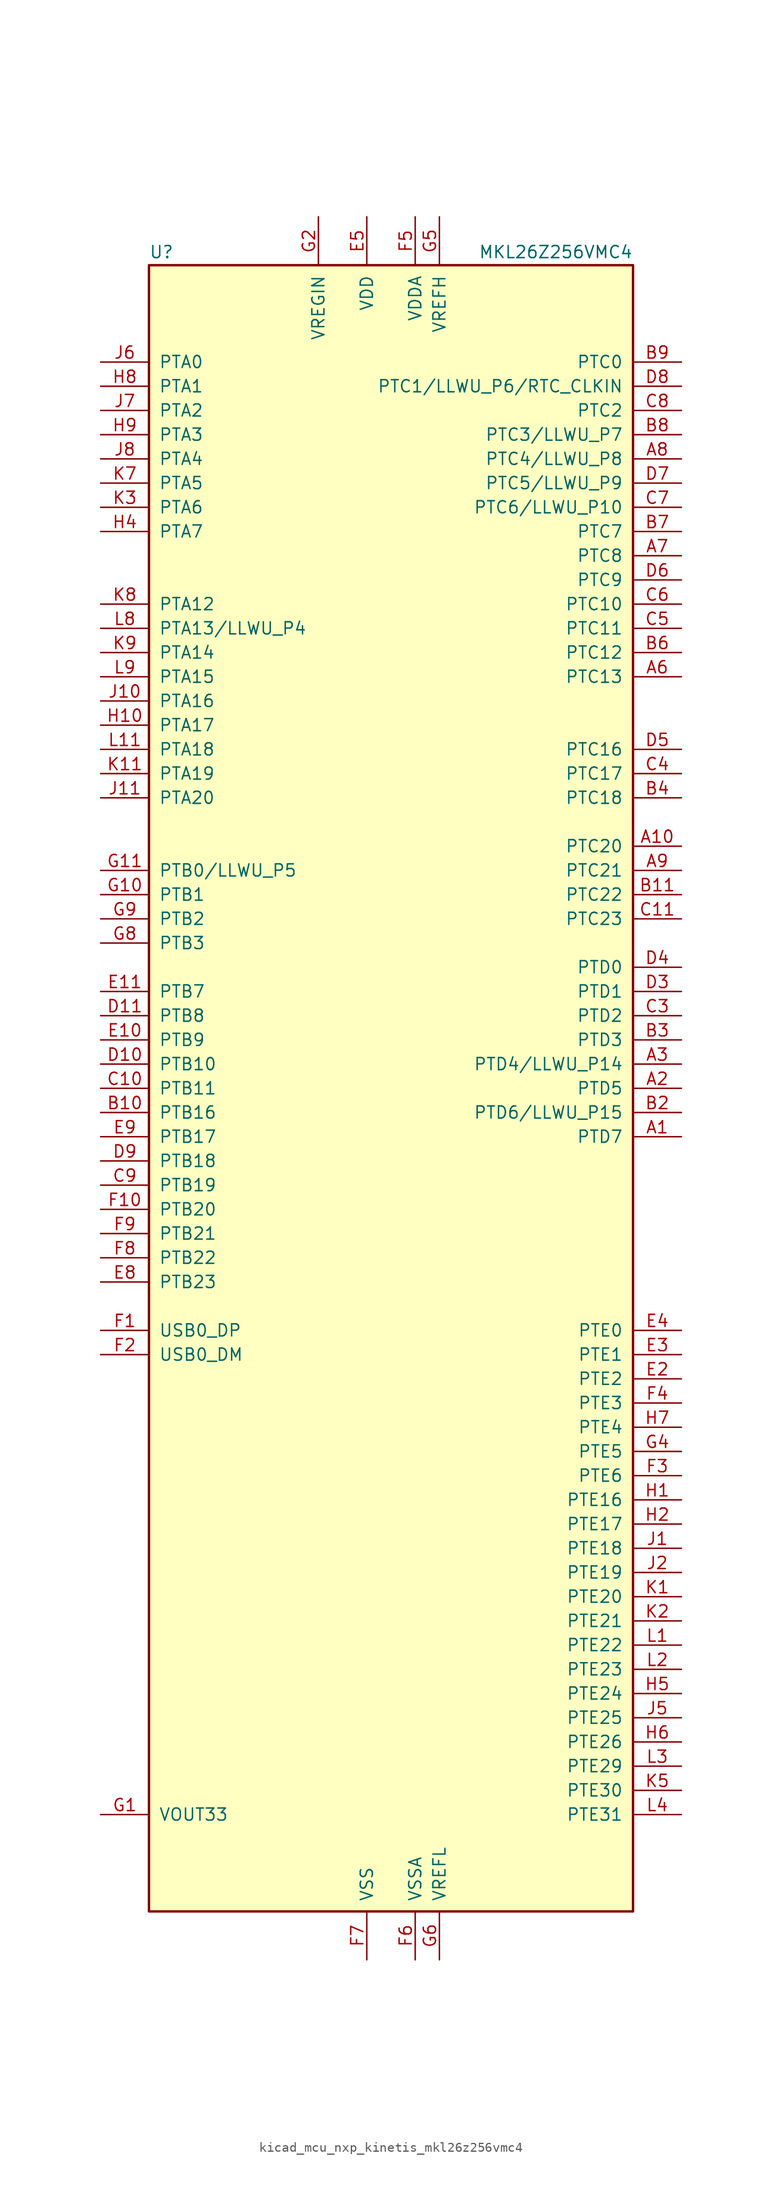
<source format=kicad_sym>
(kicad_symbol_lib
  (version 20220914)
  (generator kicad_symbol_editor)
  (symbol "kicad_mcu_nxp_kinetis_mkl26z256vmc4"
    (pin_names
      (offset 1.016))
    (property "Reference" "U"
      (at -25.4 86.995 0)
      (effects (font (size 1.27 1.27)) (justify left bottom)))
    (property "Value" "MKL26Z256VMC4"
      (at 25.4 86.995 0)
      (effects (font (size 1.27 1.27)) (justify right bottom)))
    (symbol "kicad_mcu_nxp_kinetis_mkl26z256vmc4_0_1"
      (rectangle (start -25.4 86.36) (end 25.4 -86.36) (stroke (width 0.254) (type default)) (fill (type background))))
    (symbol "kicad_mcu_nxp_kinetis_mkl26z256vmc4_1_1"
      (pin bidirectional line (at 30.48 -5.08 180) (length 5.08) (name "PTD7" (effects (font (size 1.27 1.27)))) (number "A1" (effects (font (size 1.27 1.27)))))
      (pin bidirectional line (at 30.48 25.4 180) (length 5.08) (name "PTC20" (effects (font (size 1.27 1.27)))) (number "A10" (effects (font (size 1.27 1.27)))))
      (pin no_connect line (at -15.24 -86.36 90) (length 5.08) hide (name "NC" (effects (font (size 1.27 1.27)))) (number "A11" (effects (font (size 1.27 1.27)))))
      (pin bidirectional line (at 30.48 0 180) (length 5.08) (name "PTD5" (effects (font (size 1.27 1.27)))) (number "A2" (effects (font (size 1.27 1.27)))))
      (pin bidirectional line (at 30.48 2.54 180) (length 5.08) (name "PTD4/LLWU_P14" (effects (font (size 1.27 1.27)))) (number "A3" (effects (font (size 1.27 1.27)))))
      (pin no_connect line (at 25.4 27.94 180) (length 5.08) hide (name "NC" (effects (font (size 1.27 1.27)))) (number "A4" (effects (font (size 1.27 1.27)))))
      (pin no_connect line (at 25.4 40.64 180) (length 5.08) hide (name "NC" (effects (font (size 1.27 1.27)))) (number "A5" (effects (font (size 1.27 1.27)))))
      (pin bidirectional line (at 30.48 43.18 180) (length 5.08) (name "PTC13" (effects (font (size 1.27 1.27)))) (number "A6" (effects (font (size 1.27 1.27)))))
      (pin bidirectional line (at 30.48 55.88 180) (length 5.08) (name "PTC8" (effects (font (size 1.27 1.27)))) (number "A7" (effects (font (size 1.27 1.27)))))
      (pin bidirectional line (at 30.48 66.04 180) (length 5.08) (name "PTC4/LLWU_P8" (effects (font (size 1.27 1.27)))) (number "A8" (effects (font (size 1.27 1.27)))))
      (pin bidirectional line (at 30.48 22.86 180) (length 5.08) (name "PTC21" (effects (font (size 1.27 1.27)))) (number "A9" (effects (font (size 1.27 1.27)))))
      (pin no_connect line (at 25.4 -7.62 180) (length 5.08) hide (name "NC" (effects (font (size 1.27 1.27)))) (number "B1" (effects (font (size 1.27 1.27)))))
      (pin bidirectional line (at -30.48 -2.54 0) (length 5.08) (name "PTB16" (effects (font (size 1.27 1.27)))) (number "B10" (effects (font (size 1.27 1.27)))))
      (pin bidirectional line (at 30.48 20.32 180) (length 5.08) (name "PTC22" (effects (font (size 1.27 1.27)))) (number "B11" (effects (font (size 1.27 1.27)))))
      (pin bidirectional line (at 30.48 -2.54 180) (length 5.08) (name "PTD6/LLWU_P15" (effects (font (size 1.27 1.27)))) (number "B2" (effects (font (size 1.27 1.27)))))
      (pin bidirectional line (at 30.48 5.08 180) (length 5.08) (name "PTD3" (effects (font (size 1.27 1.27)))) (number "B3" (effects (font (size 1.27 1.27)))))
      (pin bidirectional line (at 30.48 30.48 180) (length 5.08) (name "PTC18" (effects (font (size 1.27 1.27)))) (number "B4" (effects (font (size 1.27 1.27)))))
      (pin no_connect line (at 25.4 38.1 180) (length 5.08) hide (name "NC" (effects (font (size 1.27 1.27)))) (number "B5" (effects (font (size 1.27 1.27)))))
      (pin bidirectional line (at 30.48 45.72 180) (length 5.08) (name "PTC12" (effects (font (size 1.27 1.27)))) (number "B6" (effects (font (size 1.27 1.27)))))
      (pin bidirectional line (at 30.48 58.42 180) (length 5.08) (name "PTC7" (effects (font (size 1.27 1.27)))) (number "B7" (effects (font (size 1.27 1.27)))))
      (pin bidirectional line (at 30.48 68.58 180) (length 5.08) (name "PTC3/LLWU_P7" (effects (font (size 1.27 1.27)))) (number "B8" (effects (font (size 1.27 1.27)))))
      (pin bidirectional line (at 30.48 76.2 180) (length 5.08) (name "PTC0" (effects (font (size 1.27 1.27)))) (number "B9" (effects (font (size 1.27 1.27)))))
      (pin no_connect line (at 25.4 -12.7 180) (length 5.08) hide (name "NC" (effects (font (size 1.27 1.27)))) (number "C1" (effects (font (size 1.27 1.27)))))
      (pin bidirectional line (at -30.48 0 0) (length 5.08) (name "PTB11" (effects (font (size 1.27 1.27)))) (number "C10" (effects (font (size 1.27 1.27)))))
      (pin bidirectional line (at 30.48 17.78 180) (length 5.08) (name "PTC23" (effects (font (size 1.27 1.27)))) (number "C11" (effects (font (size 1.27 1.27)))))
      (pin no_connect line (at 25.4 -10.16 180) (length 5.08) hide (name "NC" (effects (font (size 1.27 1.27)))) (number "C2" (effects (font (size 1.27 1.27)))))
      (pin bidirectional line (at 30.48 7.62 180) (length 5.08) (name "PTD2" (effects (font (size 1.27 1.27)))) (number "C3" (effects (font (size 1.27 1.27)))))
      (pin bidirectional line (at 30.48 33.02 180) (length 5.08) (name "PTC17" (effects (font (size 1.27 1.27)))) (number "C4" (effects (font (size 1.27 1.27)))))
      (pin bidirectional line (at 30.48 48.26 180) (length 5.08) (name "PTC11" (effects (font (size 1.27 1.27)))) (number "C5" (effects (font (size 1.27 1.27)))))
      (pin bidirectional line (at 30.48 50.8 180) (length 5.08) (name "PTC10" (effects (font (size 1.27 1.27)))) (number "C6" (effects (font (size 1.27 1.27)))))
      (pin bidirectional line (at 30.48 60.96 180) (length 5.08) (name "PTC6/LLWU_P10" (effects (font (size 1.27 1.27)))) (number "C7" (effects (font (size 1.27 1.27)))))
      (pin bidirectional line (at 30.48 71.12 180) (length 5.08) (name "PTC2" (effects (font (size 1.27 1.27)))) (number "C8" (effects (font (size 1.27 1.27)))))
      (pin bidirectional line (at -30.48 -10.16 0) (length 5.08) (name "PTB19" (effects (font (size 1.27 1.27)))) (number "C9" (effects (font (size 1.27 1.27)))))
      (pin no_connect line (at 25.4 -17.78 180) (length 5.08) hide (name "NC" (effects (font (size 1.27 1.27)))) (number "D1" (effects (font (size 1.27 1.27)))))
      (pin bidirectional line (at -30.48 2.54 0) (length 5.08) (name "PTB10" (effects (font (size 1.27 1.27)))) (number "D10" (effects (font (size 1.27 1.27)))))
      (pin bidirectional line (at -30.48 7.62 0) (length 5.08) (name "PTB8" (effects (font (size 1.27 1.27)))) (number "D11" (effects (font (size 1.27 1.27)))))
      (pin no_connect line (at 25.4 -15.24 180) (length 5.08) hide (name "NC" (effects (font (size 1.27 1.27)))) (number "D2" (effects (font (size 1.27 1.27)))))
      (pin bidirectional line (at 30.48 10.16 180) (length 5.08) (name "PTD1" (effects (font (size 1.27 1.27)))) (number "D3" (effects (font (size 1.27 1.27)))))
      (pin bidirectional line (at 30.48 12.7 180) (length 5.08) (name "PTD0" (effects (font (size 1.27 1.27)))) (number "D4" (effects (font (size 1.27 1.27)))))
      (pin bidirectional line (at 30.48 35.56 180) (length 5.08) (name "PTC16" (effects (font (size 1.27 1.27)))) (number "D5" (effects (font (size 1.27 1.27)))))
      (pin bidirectional line (at 30.48 53.34 180) (length 5.08) (name "PTC9" (effects (font (size 1.27 1.27)))) (number "D6" (effects (font (size 1.27 1.27)))))
      (pin bidirectional line (at 30.48 63.5 180) (length 5.08) (name "PTC5/LLWU_P9" (effects (font (size 1.27 1.27)))) (number "D7" (effects (font (size 1.27 1.27)))))
      (pin bidirectional line (at 30.48 73.66 180) (length 5.08) (name "PTC1/LLWU_P6/RTC_CLKIN" (effects (font (size 1.27 1.27)))) (number "D8" (effects (font (size 1.27 1.27)))))
      (pin bidirectional line (at -30.48 -7.62 0) (length 5.08) (name "PTB18" (effects (font (size 1.27 1.27)))) (number "D9" (effects (font (size 1.27 1.27)))))
      (pin no_connect line (at 25.4 -20.32 180) (length 5.08) hide (name "NC" (effects (font (size 1.27 1.27)))) (number "E1" (effects (font (size 1.27 1.27)))))
      (pin bidirectional line (at -30.48 5.08 0) (length 5.08) (name "PTB9" (effects (font (size 1.27 1.27)))) (number "E10" (effects (font (size 1.27 1.27)))))
      (pin bidirectional line (at -30.48 10.16 0) (length 5.08) (name "PTB7" (effects (font (size 1.27 1.27)))) (number "E11" (effects (font (size 1.27 1.27)))))
      (pin bidirectional line (at 30.48 -30.48 180) (length 5.08) (name "PTE2" (effects (font (size 1.27 1.27)))) (number "E2" (effects (font (size 1.27 1.27)))))
      (pin bidirectional line (at 30.48 -27.94 180) (length 5.08) (name "PTE1" (effects (font (size 1.27 1.27)))) (number "E3" (effects (font (size 1.27 1.27)))))
      (pin bidirectional line (at 30.48 -25.4 180) (length 5.08) (name "PTE0" (effects (font (size 1.27 1.27)))) (number "E4" (effects (font (size 1.27 1.27)))))
      (pin power_in line (at -2.54 91.44 270) (length 5.08) (name "VDD" (effects (font (size 1.27 1.27)))) (number "E5" (effects (font (size 1.27 1.27)))))
      (pin passive line (at -2.54 91.44 270) (length 5.08) hide (name "VDD" (effects (font (size 1.27 1.27)))) (number "E6" (effects (font (size 1.27 1.27)))))
      (pin passive line (at -2.54 91.44 270) (length 5.08) hide (name "VDD" (effects (font (size 1.27 1.27)))) (number "E7" (effects (font (size 1.27 1.27)))))
      (pin bidirectional line (at -30.48 -20.32 0) (length 5.08) (name "PTB23" (effects (font (size 1.27 1.27)))) (number "E8" (effects (font (size 1.27 1.27)))))
      (pin bidirectional line (at -30.48 -5.08 0) (length 5.08) (name "PTB17" (effects (font (size 1.27 1.27)))) (number "E9" (effects (font (size 1.27 1.27)))))
      (pin bidirectional line (at -30.48 -25.4 0) (length 5.08) (name "USB0_DP" (effects (font (size 1.27 1.27)))) (number "F1" (effects (font (size 1.27 1.27)))))
      (pin bidirectional line (at -30.48 -12.7 0) (length 5.08) (name "PTB20" (effects (font (size 1.27 1.27)))) (number "F10" (effects (font (size 1.27 1.27)))))
      (pin no_connect line (at -25.4 12.7 0) (length 5.08) hide (name "NC" (effects (font (size 1.27 1.27)))) (number "F11" (effects (font (size 1.27 1.27)))))
      (pin bidirectional line (at -30.48 -27.94 0) (length 5.08) (name "USB0_DM" (effects (font (size 1.27 1.27)))) (number "F2" (effects (font (size 1.27 1.27)))))
      (pin bidirectional line (at 30.48 -40.64 180) (length 5.08) (name "PTE6" (effects (font (size 1.27 1.27)))) (number "F3" (effects (font (size 1.27 1.27)))))
      (pin bidirectional line (at 30.48 -33.02 180) (length 5.08) (name "PTE3" (effects (font (size 1.27 1.27)))) (number "F4" (effects (font (size 1.27 1.27)))))
      (pin power_in line (at 2.54 91.44 270) (length 5.08) (name "VDDA" (effects (font (size 1.27 1.27)))) (number "F5" (effects (font (size 1.27 1.27)))))
      (pin power_in line (at 2.54 -91.44 90) (length 5.08) (name "VSSA" (effects (font (size 1.27 1.27)))) (number "F6" (effects (font (size 1.27 1.27)))))
      (pin power_in line (at -2.54 -91.44 90) (length 5.08) (name "VSS" (effects (font (size 1.27 1.27)))) (number "F7" (effects (font (size 1.27 1.27)))))
      (pin bidirectional line (at -30.48 -17.78 0) (length 5.08) (name "PTB22" (effects (font (size 1.27 1.27)))) (number "F8" (effects (font (size 1.27 1.27)))))
      (pin bidirectional line (at -30.48 -15.24 0) (length 5.08) (name "PTB21" (effects (font (size 1.27 1.27)))) (number "F9" (effects (font (size 1.27 1.27)))))
      (pin power_out line (at -30.48 -76.2 0) (length 5.08) (name "VOUT33" (effects (font (size 1.27 1.27)))) (number "G1" (effects (font (size 1.27 1.27)))))
      (pin bidirectional line (at -30.48 20.32 0) (length 5.08) (name "PTB1" (effects (font (size 1.27 1.27)))) (number "G10" (effects (font (size 1.27 1.27)))))
      (pin bidirectional line (at -30.48 22.86 0) (length 5.08) (name "PTB0/LLWU_P5" (effects (font (size 1.27 1.27)))) (number "G11" (effects (font (size 1.27 1.27)))))
      (pin power_in line (at -7.62 91.44 270) (length 5.08) (name "VREGIN" (effects (font (size 1.27 1.27)))) (number "G2" (effects (font (size 1.27 1.27)))))
      (pin passive line (at -2.54 -91.44 90) (length 5.08) hide (name "VSS" (effects (font (size 1.27 1.27)))) (number "G3" (effects (font (size 1.27 1.27)))))
      (pin bidirectional line (at 30.48 -38.1 180) (length 5.08) (name "PTE5" (effects (font (size 1.27 1.27)))) (number "G4" (effects (font (size 1.27 1.27)))))
      (pin power_in line (at 5.08 91.44 270) (length 5.08) (name "VREFH" (effects (font (size 1.27 1.27)))) (number "G5" (effects (font (size 1.27 1.27)))))
      (pin power_in line (at 5.08 -91.44 90) (length 5.08) (name "VREFL" (effects (font (size 1.27 1.27)))) (number "G6" (effects (font (size 1.27 1.27)))))
      (pin passive line (at -2.54 -91.44 90) (length 5.08) hide (name "VSS" (effects (font (size 1.27 1.27)))) (number "G7" (effects (font (size 1.27 1.27)))))
      (pin bidirectional line (at -30.48 15.24 0) (length 5.08) (name "PTB3" (effects (font (size 1.27 1.27)))) (number "G8" (effects (font (size 1.27 1.27)))))
      (pin bidirectional line (at -30.48 17.78 0) (length 5.08) (name "PTB2" (effects (font (size 1.27 1.27)))) (number "G9" (effects (font (size 1.27 1.27)))))
      (pin bidirectional line (at 30.48 -43.18 180) (length 5.08) (name "PTE16" (effects (font (size 1.27 1.27)))) (number "H1" (effects (font (size 1.27 1.27)))))
      (pin bidirectional line (at -30.48 38.1 0) (length 5.08) (name "PTA17" (effects (font (size 1.27 1.27)))) (number "H10" (effects (font (size 1.27 1.27)))))
      (pin no_connect line (at -25.4 27.94 0) (length 5.08) hide (name "NC" (effects (font (size 1.27 1.27)))) (number "H11" (effects (font (size 1.27 1.27)))))
      (pin bidirectional line (at 30.48 -45.72 180) (length 5.08) (name "PTE17" (effects (font (size 1.27 1.27)))) (number "H2" (effects (font (size 1.27 1.27)))))
      (pin no_connect line (at -25.4 -63.5 0) (length 5.08) hide (name "NC" (effects (font (size 1.27 1.27)))) (number "H3" (effects (font (size 1.27 1.27)))))
      (pin bidirectional line (at -30.48 58.42 0) (length 5.08) (name "PTA7" (effects (font (size 1.27 1.27)))) (number "H4" (effects (font (size 1.27 1.27)))))
      (pin bidirectional line (at 30.48 -63.5 180) (length 5.08) (name "PTE24" (effects (font (size 1.27 1.27)))) (number "H5" (effects (font (size 1.27 1.27)))))
      (pin bidirectional line (at 30.48 -68.58 180) (length 5.08) (name "PTE26" (effects (font (size 1.27 1.27)))) (number "H6" (effects (font (size 1.27 1.27)))))
      (pin bidirectional line (at 30.48 -35.56 180) (length 5.08) (name "PTE4" (effects (font (size 1.27 1.27)))) (number "H7" (effects (font (size 1.27 1.27)))))
      (pin bidirectional line (at -30.48 73.66 0) (length 5.08) (name "PTA1" (effects (font (size 1.27 1.27)))) (number "H8" (effects (font (size 1.27 1.27)))))
      (pin bidirectional line (at -30.48 68.58 0) (length 5.08) (name "PTA3" (effects (font (size 1.27 1.27)))) (number "H9" (effects (font (size 1.27 1.27)))))
      (pin bidirectional line (at 30.48 -48.26 180) (length 5.08) (name "PTE18" (effects (font (size 1.27 1.27)))) (number "J1" (effects (font (size 1.27 1.27)))))
      (pin bidirectional line (at -30.48 40.64 0) (length 5.08) (name "PTA16" (effects (font (size 1.27 1.27)))) (number "J10" (effects (font (size 1.27 1.27)))))
      (pin bidirectional line (at -30.48 30.48 0) (length 5.08) (name "PTA20" (effects (font (size 1.27 1.27)))) (number "J11" (effects (font (size 1.27 1.27)))))
      (pin bidirectional line (at 30.48 -50.8 180) (length 5.08) (name "PTE19" (effects (font (size 1.27 1.27)))) (number "J2" (effects (font (size 1.27 1.27)))))
      (pin no_connect line (at -25.4 -66.04 0) (length 5.08) hide (name "NC" (effects (font (size 1.27 1.27)))) (number "J3" (effects (font (size 1.27 1.27)))))
      (pin no_connect line (at -25.4 53.34 0) (length 5.08) hide (name "NC" (effects (font (size 1.27 1.27)))) (number "J4" (effects (font (size 1.27 1.27)))))
      (pin bidirectional line (at 30.48 -66.04 180) (length 5.08) (name "PTE25" (effects (font (size 1.27 1.27)))) (number "J5" (effects (font (size 1.27 1.27)))))
      (pin bidirectional line (at -30.48 76.2 0) (length 5.08) (name "PTA0" (effects (font (size 1.27 1.27)))) (number "J6" (effects (font (size 1.27 1.27)))))
      (pin bidirectional line (at -30.48 71.12 0) (length 5.08) (name "PTA2" (effects (font (size 1.27 1.27)))) (number "J7" (effects (font (size 1.27 1.27)))))
      (pin bidirectional line (at -30.48 66.04 0) (length 5.08) (name "PTA4" (effects (font (size 1.27 1.27)))) (number "J8" (effects (font (size 1.27 1.27)))))
      (pin no_connect line (at -25.4 55.88 0) (length 5.08) hide (name "NC" (effects (font (size 1.27 1.27)))) (number "J9" (effects (font (size 1.27 1.27)))))
      (pin bidirectional line (at 30.48 -53.34 180) (length 5.08) (name "PTE20" (effects (font (size 1.27 1.27)))) (number "K1" (effects (font (size 1.27 1.27)))))
      (pin passive line (at -2.54 -91.44 90) (length 5.08) hide (name "VSS" (effects (font (size 1.27 1.27)))) (number "K10" (effects (font (size 1.27 1.27)))))
      (pin bidirectional line (at -30.48 33.02 0) (length 5.08) (name "PTA19" (effects (font (size 1.27 1.27)))) (number "K11" (effects (font (size 1.27 1.27)))))
      (pin bidirectional line (at 30.48 -55.88 180) (length 5.08) (name "PTE21" (effects (font (size 1.27 1.27)))) (number "K2" (effects (font (size 1.27 1.27)))))
      (pin bidirectional line (at -30.48 60.96 0) (length 5.08) (name "PTA6" (effects (font (size 1.27 1.27)))) (number "K3" (effects (font (size 1.27 1.27)))))
      (pin no_connect line (at -25.4 -68.58 0) (length 5.08) hide (name "NC" (effects (font (size 1.27 1.27)))) (number "K4" (effects (font (size 1.27 1.27)))))
      (pin bidirectional line (at 30.48 -73.66 180) (length 5.08) (name "PTE30" (effects (font (size 1.27 1.27)))) (number "K5" (effects (font (size 1.27 1.27)))))
      (pin passive line (at -2.54 91.44 270) (length 5.08) hide (name "VDD" (effects (font (size 1.27 1.27)))) (number "K6" (effects (font (size 1.27 1.27)))))
      (pin bidirectional line (at -30.48 63.5 0) (length 5.08) (name "PTA5" (effects (font (size 1.27 1.27)))) (number "K7" (effects (font (size 1.27 1.27)))))
      (pin bidirectional line (at -30.48 50.8 0) (length 5.08) (name "PTA12" (effects (font (size 1.27 1.27)))) (number "K8" (effects (font (size 1.27 1.27)))))
      (pin bidirectional line (at -30.48 45.72 0) (length 5.08) (name "PTA14" (effects (font (size 1.27 1.27)))) (number "K9" (effects (font (size 1.27 1.27)))))
      (pin bidirectional line (at 30.48 -58.42 180) (length 5.08) (name "PTE22" (effects (font (size 1.27 1.27)))) (number "L1" (effects (font (size 1.27 1.27)))))
      (pin passive line (at -2.54 91.44 270) (length 5.08) hide (name "VDD" (effects (font (size 1.27 1.27)))) (number "L10" (effects (font (size 1.27 1.27)))))
      (pin bidirectional line (at -30.48 35.56 0) (length 5.08) (name "PTA18" (effects (font (size 1.27 1.27)))) (number "L11" (effects (font (size 1.27 1.27)))))
      (pin bidirectional line (at 30.48 -60.96 180) (length 5.08) (name "PTE23" (effects (font (size 1.27 1.27)))) (number "L2" (effects (font (size 1.27 1.27)))))
      (pin bidirectional line (at 30.48 -71.12 180) (length 5.08) (name "PTE29" (effects (font (size 1.27 1.27)))) (number "L3" (effects (font (size 1.27 1.27)))))
      (pin bidirectional line (at 30.48 -76.2 180) (length 5.08) (name "PTE31" (effects (font (size 1.27 1.27)))) (number "L4" (effects (font (size 1.27 1.27)))))
      (pin passive line (at -2.54 -91.44 90) (length 5.08) hide (name "VSS" (effects (font (size 1.27 1.27)))) (number "L5" (effects (font (size 1.27 1.27)))))
      (pin passive line (at -2.54 -91.44 90) (length 5.08) hide (name "VSS" (effects (font (size 1.27 1.27)))) (number "L6" (effects (font (size 1.27 1.27)))))
      (pin no_connect line (at -25.4 -71.12 0) (length 5.08) hide (name "NC" (effects (font (size 1.27 1.27)))) (number "L7" (effects (font (size 1.27 1.27)))))
      (pin bidirectional line (at -30.48 48.26 0) (length 5.08) (name "PTA13/LLWU_P4" (effects (font (size 1.27 1.27)))) (number "L8" (effects (font (size 1.27 1.27)))))
      (pin bidirectional line (at -30.48 43.18 0) (length 5.08) (name "PTA15" (effects (font (size 1.27 1.27)))) (number "L9" (effects (font (size 1.27 1.27))))))))
</source>
